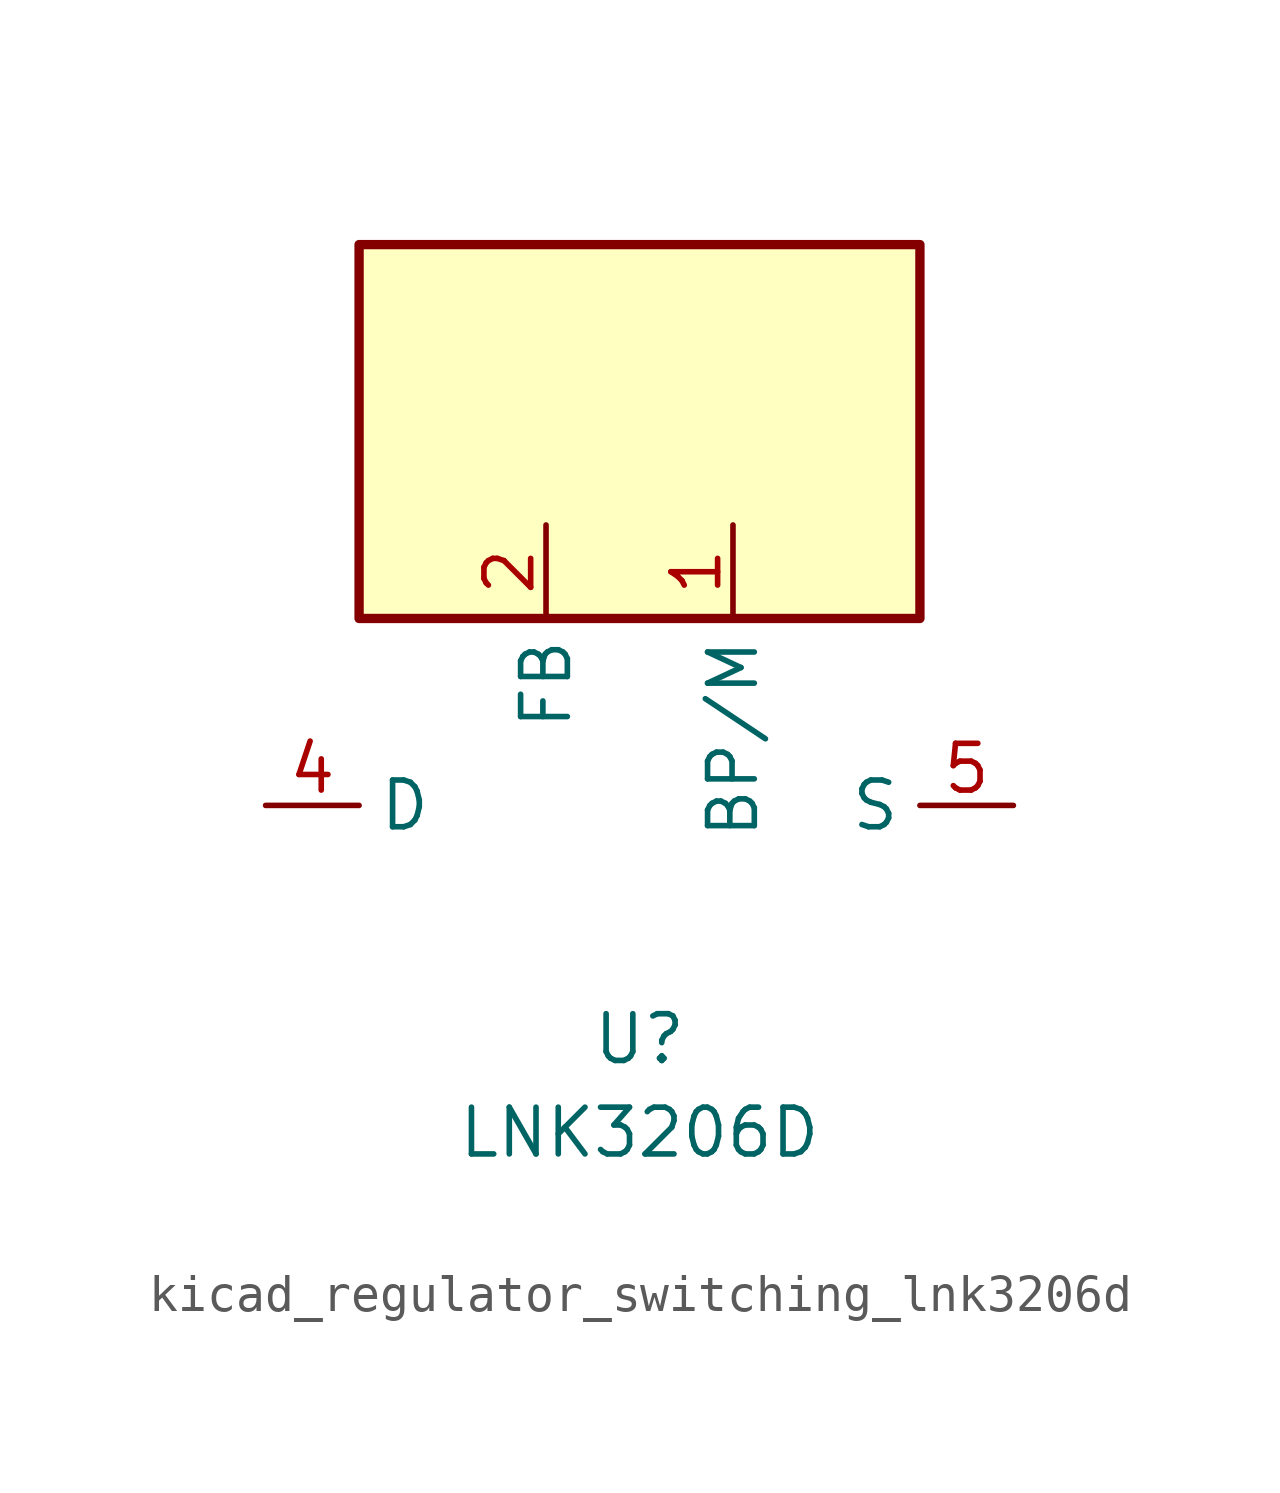
<source format=kicad_sym>
(kicad_symbol_lib
  (version 20220914)
  (generator kicad_symbol_editor)
  (symbol "kicad_regulator_switching_lnk3206d"
    (property "Reference" "U"
      (at 0 -6.35 0)
      (effects (font (size 1.27 1.27))))
    (property "Value" "LNK3206D"
      (at 0 -8.89 0)
      (effects (font (size 1.27 1.27))))
    (symbol "kicad_regulator_switching_lnk3206d_0_1"
      (rectangle (start 7.62 15.24) (end -7.62 5.08) (stroke (width 0.254) (type default)) (fill (type background))))
    (symbol "kicad_regulator_switching_lnk3206d_1_1"
      (pin input line (at 2.54 7.62 270) (length 2.54) (name "BP/M" (effects (font (size 1.27 1.27)))) (number "1" (effects (font (size 1.27 1.27)))))
      (pin input line (at -2.54 7.62 270) (length 2.54) (name "FB" (effects (font (size 1.27 1.27)))) (number "2" (effects (font (size 1.27 1.27)))))
      (pin open_collector line (at -10.16 0 0) (length 2.54) (name "D" (effects (font (size 1.27 1.27)))) (number "4" (effects (font (size 1.27 1.27)))))
      (pin power_in line (at 10.16 0 180) (length 2.54) (name "S" (effects (font (size 1.27 1.27)))) (number "5" (effects (font (size 1.27 1.27)))))
      (pin passive line (at 10.16 0 180) (length 2.54) hide (name "S" (effects (font (size 1.27 1.27)))) (number "6" (effects (font (size 1.27 1.27)))))
      (pin passive line (at 10.16 0 180) (length 2.54) hide (name "S" (effects (font (size 1.27 1.27)))) (number "7" (effects (font (size 1.27 1.27)))))
      (pin passive line (at 10.16 0 180) (length 2.54) hide (name "S" (effects (font (size 1.27 1.27)))) (number "8" (effects (font (size 1.27 1.27))))))))
</source>
